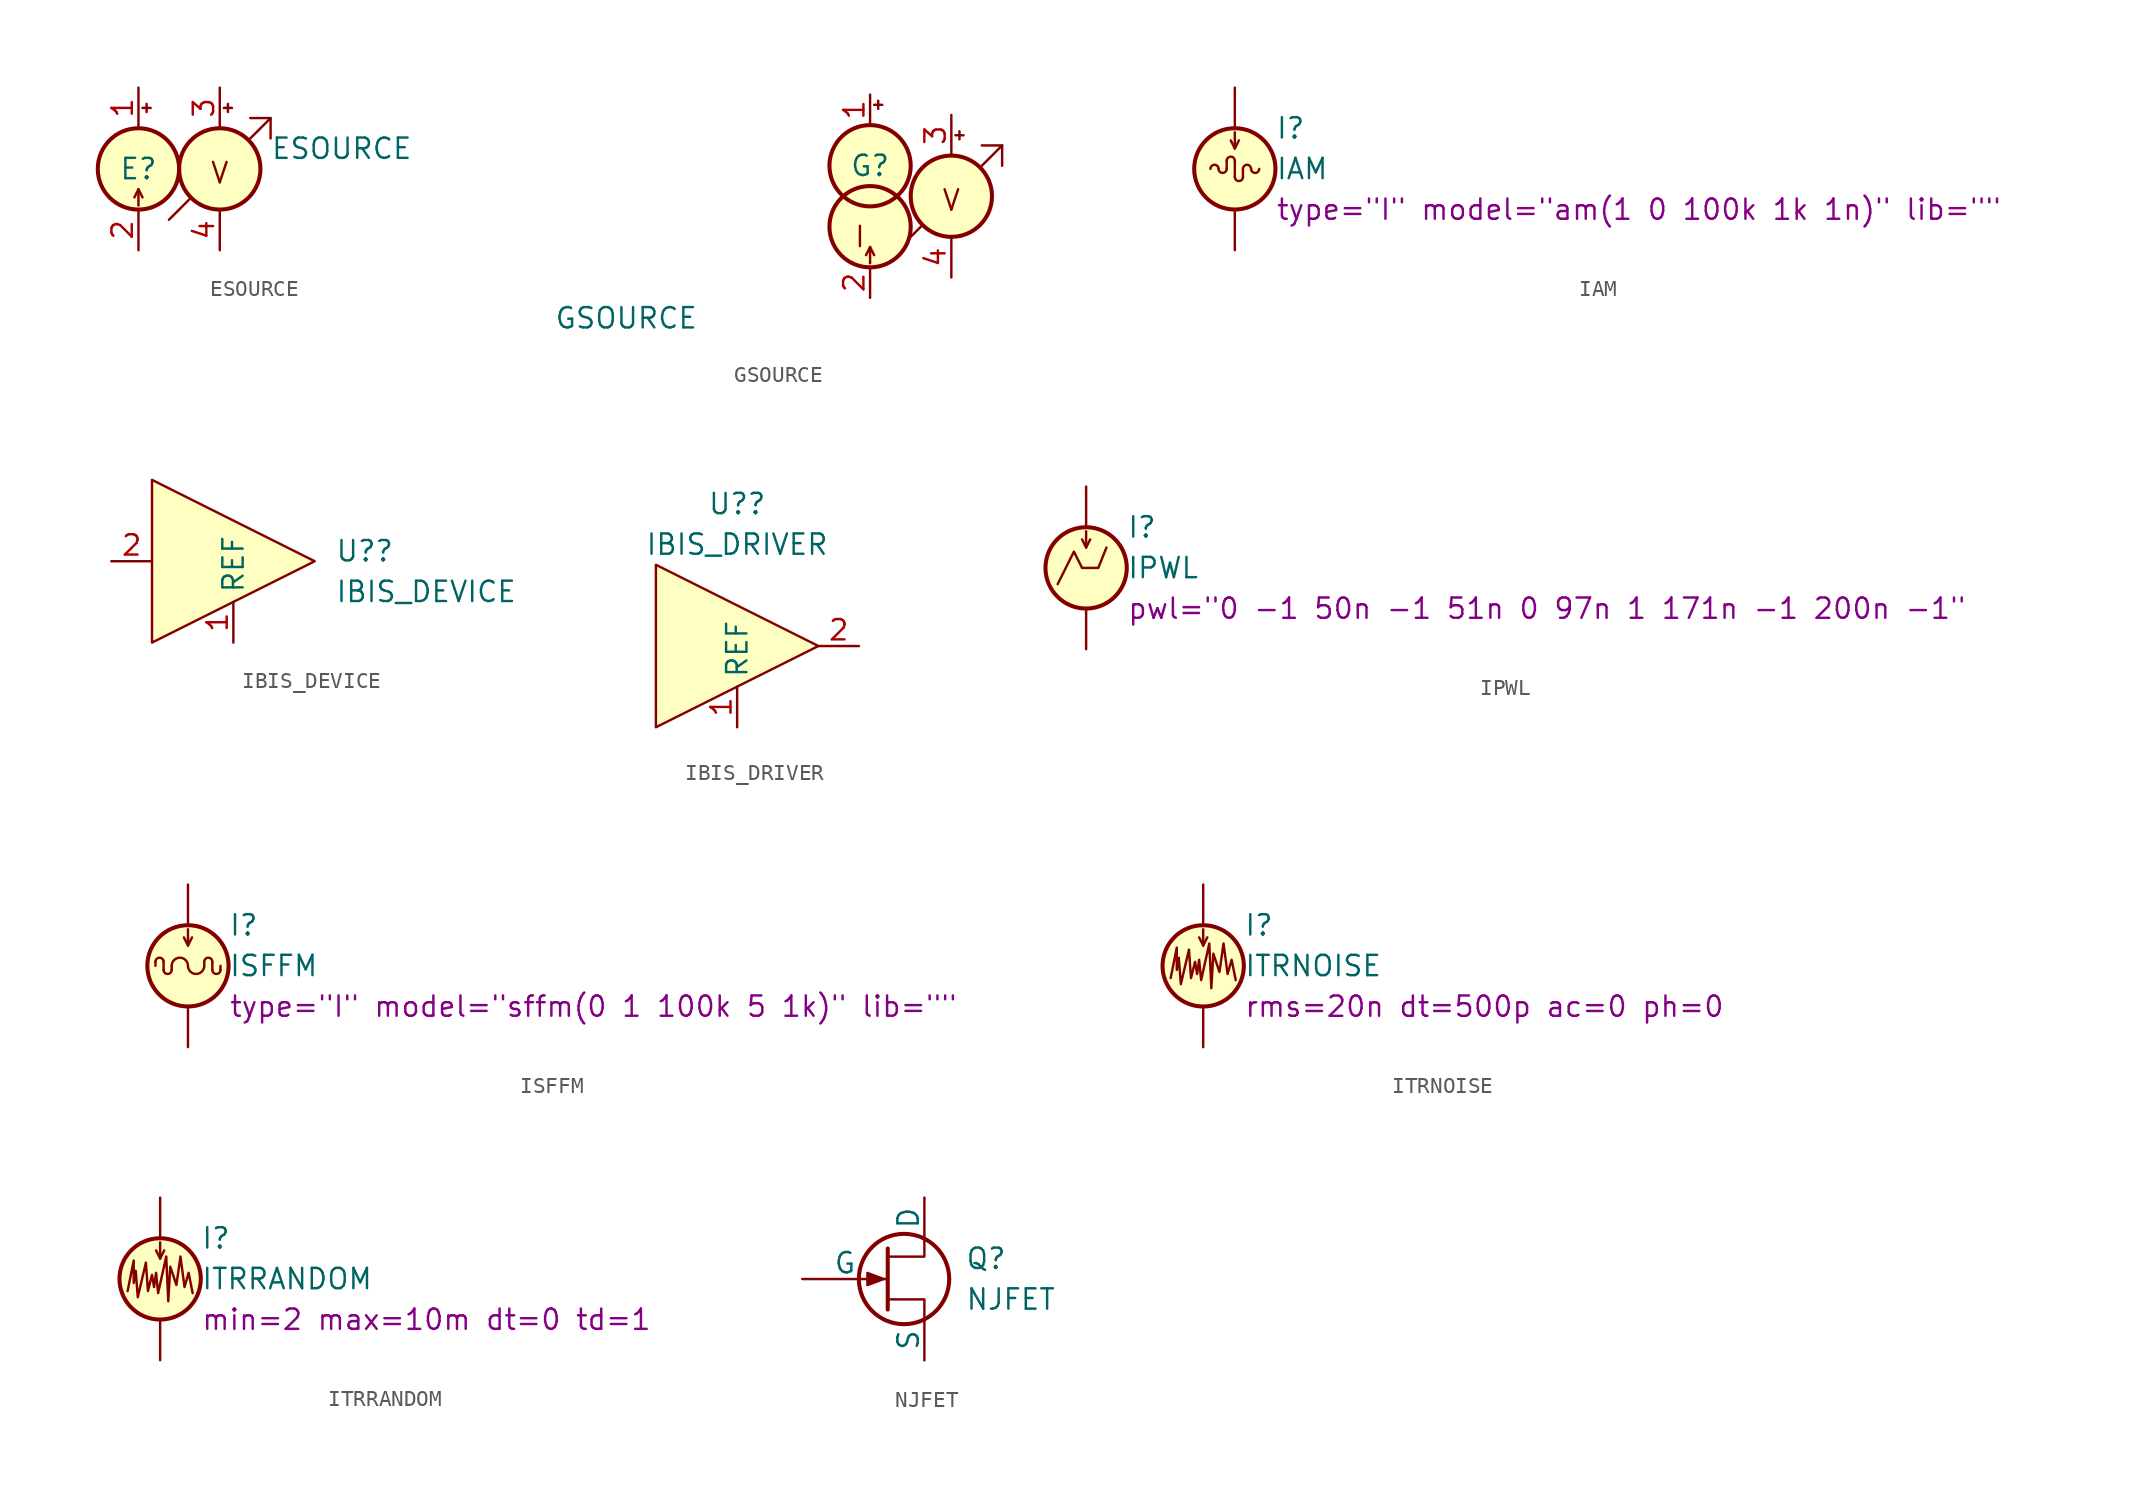
<source format=kicad_sym>
(kicad_symbol_lib
  (version 20220914)
  (generator kicad_symbol_editor)
  (symbol "ESOURCE"
    (pin_names
      (offset 1.016) hide)
    (property "Reference" "E"
      (at 0 0 0)
      (effects (font (size 1.27 1.27))))
    (property "Value" "ESOURCE"
      (at 12.7 1.27 0)
      (effects (font (size 1.27 1.27))))
    (symbol "ESOURCE_0_1"
      (polyline (pts (xy 0 -1.27) (xy 0 -2.286)) (stroke (width 0) (type default)) (fill (type none)))
      (polyline (pts (xy 0.254 -1.778) (xy 0 -1.27) (xy -0.254 -1.778)) (stroke (width 0) (type default)) (fill (type none)))
      (circle (center 0 0) (radius 2.54) (stroke (width 0.254) (type default)) (fill (type background))))
    (symbol "ESOURCE_1_1"
      (polyline (pts (xy 0.254 3.81) (xy 0.762 3.81)) (stroke (width 0) (type default)) (fill (type none)))
      (polyline (pts (xy 0.508 4.064) (xy 0.508 3.556)) (stroke (width 0) (type default)) (fill (type none)))
      (polyline (pts (xy 1.905 -3.175) (xy 3.175 -1.905)) (stroke (width 0) (type default)) (fill (type none)))
      (polyline (pts (xy 5.334 3.81) (xy 5.842 3.81)) (stroke (width 0) (type default)) (fill (type none)))
      (polyline (pts (xy 5.588 4.064) (xy 5.588 3.556)) (stroke (width 0) (type default)) (fill (type none)))
      (polyline (pts (xy 6.985 1.905) (xy 8.255 3.175)) (stroke (width 0) (type default)) (fill (type none)))
      (polyline (pts (xy 6.985 3.175) (xy 8.255 3.175) (xy 8.255 1.905)) (stroke (width 0) (type default)) (fill (type none)))
      (circle (center 5.08 0) (radius 2.54) (stroke (width 0.254) (type default)) (fill (type background)))
      (text "V" (at 5.08 -0.254 0) (effects (font (size 1.27 1.27))))
      (pin input line (at 0 5.08 270) (length 2.54) (name "N+" (effects (font (size 1.27 1.27)))) (number "1" (effects (font (size 1.27 1.27)))))
      (pin input line (at 0 -5.08 90) (length 2.54) (name "N-" (effects (font (size 1.27 1.27)))) (number "2" (effects (font (size 1.27 1.27)))))
      (pin passive line (at 5.08 5.08 270) (length 2.54) (name "C+" (effects (font (size 1.27 1.27)))) (number "3" (effects (font (size 1.27 1.27)))))
      (pin passive line (at 5.08 -5.08 90) (length 2.54) (name "C-" (effects (font (size 1.27 1.27)))) (number "4" (effects (font (size 1.27 1.27)))))))
  (symbol "GSOURCE"
    (pin_names
      (offset 1.016) hide)
    (property "Reference" "G"
      (at 0 1.905 0)
      (effects (font (size 1.27 1.27))))
    (property "Value" "GSOURCE"
      (at -15.24 -7.62 0)
      (effects (font (size 1.27 1.27))))
    (symbol "GSOURCE_0_1"
      (circle (center 0 -1.905) (radius 2.54) (stroke (width 0.254) (type default)) (fill (type background)))
      (polyline (pts (xy 0 -3.175) (xy 0 -4.191)) (stroke (width 0) (type default)) (fill (type none)))
      (polyline (pts (xy 0.254 -3.683) (xy 0 -3.175) (xy -0.254 -3.683)) (stroke (width 0) (type default)) (fill (type none)))
      (circle (center 0 1.905) (radius 2.54) (stroke (width 0.254) (type default)) (fill (type background)))
      (text "I" (at -0.635 -2.54 0) (effects (font (size 1.27 1.27)))))
    (symbol "GSOURCE_1_1"
      (polyline (pts (xy 0.254 5.715) (xy 0.762 5.715)) (stroke (width 0) (type default)) (fill (type none)))
      (polyline (pts (xy 0.508 5.969) (xy 0.508 5.461)) (stroke (width 0) (type default)) (fill (type none)))
      (polyline (pts (xy 2.54 -2.54) (xy 3.175 -1.905)) (stroke (width 0) (type default)) (fill (type none)))
      (polyline (pts (xy 5.334 3.81) (xy 5.842 3.81)) (stroke (width 0) (type default)) (fill (type none)))
      (polyline (pts (xy 5.588 4.064) (xy 5.588 3.556)) (stroke (width 0) (type default)) (fill (type none)))
      (polyline (pts (xy 6.985 1.905) (xy 8.255 3.175)) (stroke (width 0) (type default)) (fill (type none)))
      (polyline (pts (xy 6.985 3.175) (xy 8.255 3.175) (xy 8.255 1.905)) (stroke (width 0) (type default)) (fill (type none)))
      (circle (center 5.08 0) (radius 2.54) (stroke (width 0.254) (type default)) (fill (type background)))
      (text "V" (at 5.08 -0.254 0) (effects (font (size 1.27 1.27))))
      (pin input line (at 0 6.35 270) (length 1.905) (name "N+" (effects (font (size 1.27 1.27)))) (number "1" (effects (font (size 1.27 1.27)))))
      (pin input line (at 0 -6.35 90) (length 1.905) (name "N-" (effects (font (size 1.27 1.27)))) (number "2" (effects (font (size 1.27 1.27)))))
      (pin passive line (at 5.08 5.08 270) (length 2.54) (name "C+" (effects (font (size 1.27 1.27)))) (number "3" (effects (font (size 1.27 1.27)))))
      (pin passive line (at 5.08 -5.08 90) (length 2.54) (name "C-" (effects (font (size 1.27 1.27)))) (number "4" (effects (font (size 1.27 1.27)))))))
  (symbol "IAM"
    (pin_numbers hide)
    (pin_names
      (offset 0.025))
    (property "Reference" "I"
      (at 2.54 2.54 0)
      (effects (font (size 1.27 1.27)) (justify left)))
    (property "Value" "IAM"
      (at 2.54 0 0)
      (effects (font (size 1.27 1.27)) (justify left)))
    (property "Sim.Params" "type=\"I\" model=\"am(1 0 100k 1k 1n)\" lib=\"\""
      (at 2.54 -2.54 0)
      (effects (font (size 1.27 1.27)) (justify left)))
    (symbol "IAM_0_0"
      (arc (start 0 0.508) (mid -0.254 0.7609) (end -0.508 0.508) (stroke (width 0) (type default)) (fill (type none))))
    (symbol "IAM_0_1"
      (arc (start -1.016 0) (mid -1.27 0.2529) (end -1.524 0) (stroke (width 0) (type default)) (fill (type none)))
      (arc (start -1.016 0) (mid -0.762 -0.2529) (end -0.508 0) (stroke (width 0) (type default)) (fill (type none)))
      (arc (start 0 -0.508) (mid 0.254 -0.7609) (end 0.508 -0.508) (stroke (width 0) (type default)) (fill (type none)))
      (polyline (pts (xy -0.508 0.508) (xy -0.508 0)) (stroke (width 0) (type default)) (fill (type none)))
      (polyline (pts (xy 0 0.508) (xy 0 -0.508)) (stroke (width 0) (type default)) (fill (type none)))
      (polyline (pts (xy 0 1.27) (xy 0 2.286)) (stroke (width 0) (type default)) (fill (type none)))
      (polyline (pts (xy 0.508 -0.508) (xy 0.508 0)) (stroke (width 0) (type default)) (fill (type none)))
      (polyline (pts (xy -0.254 1.778) (xy 0 1.27) (xy 0.254 1.778)) (stroke (width 0) (type default)) (fill (type none)))
      (circle (center 0 0) (radius 2.54) (stroke (width 0.254) (type default)) (fill (type background)))
      (arc (start 1.016 0) (mid 0.762 0.2529) (end 0.508 0) (stroke (width 0) (type default)) (fill (type none)))
      (arc (start 1.016 0) (mid 1.27 -0.2529) (end 1.524 0) (stroke (width 0) (type default)) (fill (type none))))
    (symbol "IAM_1_1"
      (pin passive line (at 0 5.08 270) (length 2.54) (name "~" (effects (font (size 1.27 1.27)))) (number "1" (effects (font (size 1.27 1.27)))))
      (pin passive line (at 0 -5.08 90) (length 2.54) (name "~" (effects (font (size 1.27 1.27)))) (number "2" (effects (font (size 1.27 1.27)))))))
  (symbol "IBIS_DEVICE"
    (property "Reference" "U?"
      (at 6.35 0.635 0)
      (effects (font (size 1.27 1.27)) (justify left)))
    (property "Value" "IBIS_DEVICE"
      (at 6.35 -1.905 0)
      (effects (font (size 1.27 1.27)) (justify left)))
    (symbol "IBIS_DEVICE_0_1"
      (polyline (pts (xy 5.08 0) (xy -5.08 5.08) (xy -5.08 -5.08) (xy 5.08 0)) (stroke (width 0) (type default)) (fill (type background))))
    (symbol "IBIS_DEVICE_1_1"
      (pin power_in line (at 0 -5.08 90) (length 2.54) (name "REF" (effects (font (size 1.27 1.27)))) (number "1" (effects (font (size 1.27 1.27)))))
      (pin input line (at -7.62 0 0) (length 2.54) (name "" (effects (font (size 1.27 1.27)))) (number "2" (effects (font (size 1.27 1.27)))))))
  (symbol "IBIS_DRIVER"
    (property "Reference" "U?"
      (at 0 8.89 0)
      (effects (font (size 1.27 1.27))))
    (property "Value" "IBIS_DRIVER"
      (at 0 6.35 0)
      (effects (font (size 1.27 1.27))))
    (symbol "IBIS_DRIVER_0_1"
      (polyline (pts (xy 5.08 0) (xy -5.08 5.08) (xy -5.08 -5.08) (xy 5.08 0)) (stroke (width 0) (type default)) (fill (type background))))
    (symbol "IBIS_DRIVER_1_1"
      (pin power_in line (at 0 -5.08 90) (length 2.54) (name "REF" (effects (font (size 1.27 1.27)))) (number "1" (effects (font (size 1.27 1.27)))))
      (pin bidirectional line (at 7.62 0 180) (length 2.54) (name "" (effects (font (size 1.27 1.27)))) (number "2" (effects (font (size 1.27 1.27)))))))
  (symbol "IPWL"
    (pin_numbers hide)
    (pin_names
      (offset 0.025))
    (property "Reference" "I"
      (at 2.54 2.54 0)
      (effects (font (size 1.27 1.27)) (justify left)))
    (property "Value" "IPWL"
      (at 2.54 0 0)
      (effects (font (size 1.27 1.27)) (justify left)))
    (property "Sim.Params" "pwl=\"0 -1 50n -1 51n 0 97n 1 171n -1 200n -1\""
      (at 2.54 -2.54 0)
      (effects (font (size 1.27 1.27)) (justify left)))
    (symbol "IPWL_0_0"
      (polyline (pts (xy -1.778 -1.016) (xy -0.762 1.016) (xy -0.254 0) (xy 0.762 0) (xy 1.27 1.27)) (stroke (width 0) (type default)) (fill (type none))))
    (symbol "IPWL_0_1"
      (polyline (pts (xy 0 1.27) (xy 0 2.286)) (stroke (width 0) (type default)) (fill (type none)))
      (polyline (pts (xy -0.254 1.778) (xy 0 1.27) (xy 0.254 1.778)) (stroke (width 0) (type default)) (fill (type none)))
      (circle (center 0 0) (radius 2.54) (stroke (width 0.254) (type default)) (fill (type background))))
    (symbol "IPWL_1_1"
      (pin passive line (at 0 5.08 270) (length 2.54) (name "~" (effects (font (size 1.27 1.27)))) (number "1" (effects (font (size 1.27 1.27)))))
      (pin passive line (at 0 -5.08 90) (length 2.54) (name "~" (effects (font (size 1.27 1.27)))) (number "2" (effects (font (size 1.27 1.27)))))))
  (symbol "ISFFM"
    (pin_numbers hide)
    (pin_names
      (offset 0.025))
    (property "Reference" "I"
      (at 2.54 2.54 0)
      (effects (font (size 1.27 1.27)) (justify left)))
    (property "Value" "ISFFM"
      (at 2.54 0 0)
      (effects (font (size 1.27 1.27)) (justify left)))
    (property "Sim.Params" "type=\"I\" model=\"sffm(0 1 100k 5 1k)\" lib=\"\""
      (at 2.54 -2.54 0)
      (effects (font (size 1.27 1.27)) (justify left)))
    (symbol "ISFFM_0_1"
      (arc (start -1.524 -0.254) (mid -1.27 -0.5069) (end -1.016 -0.254) (stroke (width 0) (type default)) (fill (type none)))
      (arc (start -1.524 0.254) (mid -1.778 0.5069) (end -2.032 0.254) (stroke (width 0) (type default)) (fill (type none)))
      (arc (start 0 0) (mid -0.508 0.5058) (end -1.016 0) (stroke (width 0) (type default)) (fill (type none)))
      (polyline (pts (xy -2.032 0.254) (xy -2.032 0)) (stroke (width 0) (type default)) (fill (type none)))
      (polyline (pts (xy -1.524 -0.254) (xy -1.524 0.254)) (stroke (width 0) (type default)) (fill (type none)))
      (polyline (pts (xy -1.016 0) (xy -1.016 -0.254)) (stroke (width 0) (type default)) (fill (type none)))
      (polyline (pts (xy 0 1.27) (xy 0 2.286)) (stroke (width 0) (type default)) (fill (type none)))
      (polyline (pts (xy 1.016 0.254) (xy 1.016 0)) (stroke (width 0) (type default)) (fill (type none)))
      (polyline (pts (xy 1.524 0.254) (xy 1.524 -0.254)) (stroke (width 0) (type default)) (fill (type none)))
      (polyline (pts (xy 2.032 -0.254) (xy 2.032 0)) (stroke (width 0) (type default)) (fill (type none)))
      (polyline (pts (xy -0.254 1.778) (xy 0 1.27) (xy 0.254 1.778)) (stroke (width 0) (type default)) (fill (type none)))
      (arc (start 0 0) (mid 0.508 -0.5058) (end 1.016 0) (stroke (width 0) (type default)) (fill (type none)))
      (circle (center 0 0) (radius 2.54) (stroke (width 0.254) (type default)) (fill (type background)))
      (arc (start 1.524 -0.254) (mid 1.778 -0.5069) (end 2.032 -0.254) (stroke (width 0) (type default)) (fill (type none)))
      (arc (start 1.524 0.254) (mid 1.27 0.5069) (end 1.016 0.254) (stroke (width 0) (type default)) (fill (type none))))
    (symbol "ISFFM_1_1"
      (pin passive line (at 0 5.08 270) (length 2.54) (name "~" (effects (font (size 1.27 1.27)))) (number "1" (effects (font (size 1.27 1.27)))))
      (pin passive line (at 0 -5.08 90) (length 2.54) (name "~" (effects (font (size 1.27 1.27)))) (number "2" (effects (font (size 1.27 1.27)))))))
  (symbol "ITRNOISE"
    (pin_numbers hide)
    (pin_names
      (offset 0.025))
    (property "Reference" "I"
      (at 2.54 2.54 0)
      (effects (font (size 1.27 1.27)) (justify left)))
    (property "Value" "ITRNOISE"
      (at 2.54 0 0)
      (effects (font (size 1.27 1.27)) (justify left)))
    (property "Sim.Params" "rms=20n dt=500p ac=0 ph=0"
      (at 2.54 -2.54 0)
      (effects (font (size 1.27 1.27)) (justify left)))
    (symbol "ITRNOISE_0_1"
      (polyline (pts (xy 0 1.27) (xy 0 2.286)) (stroke (width 0) (type default)) (fill (type none)))
      (polyline (pts (xy -0.254 1.778) (xy 0 1.27) (xy 0.254 1.778)) (stroke (width 0) (type default)) (fill (type none)))
      (polyline (pts (xy -2.032 -0.762) (xy -1.651 1.143) (xy -1.651 -0.254) (xy -1.524 0.508) (xy -1.397 -1.143) (xy -0.889 1.016) (xy -0.762 -0.762) (xy -0.508 0.254) (xy -0.381 -0.508) (xy -0.254 0.381) (xy -0.127 -0.889) (xy 0.381 1.397) (xy 0.508 -1.397) (xy 0.635 0.762) (xy 1.016 -0.381) (xy 1.27 1.397) (xy 1.524 -0.508) (xy 1.778 0.381) (xy 2.032 -0.889)) (stroke (width 0) (type default)) (fill (type none)))
      (circle (center 0 0) (radius 2.54) (stroke (width 0.254) (type default)) (fill (type background))))
    (symbol "ITRNOISE_1_1"
      (pin passive line (at 0 5.08 270) (length 2.54) (name "~" (effects (font (size 1.27 1.27)))) (number "1" (effects (font (size 1.27 1.27)))))
      (pin passive line (at 0 -5.08 90) (length 2.54) (name "~" (effects (font (size 1.27 1.27)))) (number "2" (effects (font (size 1.27 1.27)))))))
  (symbol "ITRRANDOM"
    (pin_numbers hide)
    (pin_names
      (offset 0.025))
    (property "Reference" "I"
      (at 2.54 2.54 0)
      (effects (font (size 1.27 1.27)) (justify left)))
    (property "Value" "ITRRANDOM"
      (at 2.54 0 0)
      (effects (font (size 1.27 1.27)) (justify left)))
    (property "Sim.Params" "min=2 max=10m dt=0 td=1"
      (at 2.54 -2.54 0)
      (effects (font (size 1.27 1.27)) (justify left)))
    (symbol "ITRRANDOM_0_1"
      (polyline (pts (xy 0 1.27) (xy 0 2.286)) (stroke (width 0) (type default)) (fill (type none)))
      (polyline (pts (xy -0.254 1.778) (xy 0 1.27) (xy 0.254 1.778)) (stroke (width 0) (type default)) (fill (type none)))
      (polyline (pts (xy -2.032 -0.762) (xy -1.651 1.143) (xy -1.651 -0.254) (xy -1.524 0.508) (xy -1.397 -1.143) (xy -0.889 1.016) (xy -0.762 -0.762) (xy -0.508 0.254) (xy -0.381 -0.508) (xy -0.254 0.381) (xy -0.127 -0.889) (xy 0.381 1.397) (xy 0.508 -1.397) (xy 0.635 0.762) (xy 1.016 -0.381) (xy 1.27 1.397) (xy 1.524 -0.508) (xy 1.778 0.381) (xy 2.032 -0.889)) (stroke (width 0) (type default)) (fill (type none)))
      (circle (center 0 0) (radius 2.54) (stroke (width 0.254) (type default)) (fill (type background))))
    (symbol "ITRRANDOM_1_1"
      (pin passive line (at 0 5.08 270) (length 2.54) (name "~" (effects (font (size 1.27 1.27)))) (number "1" (effects (font (size 1.27 1.27)))))
      (pin passive line (at 0 -5.08 90) (length 2.54) (name "~" (effects (font (size 1.27 1.27)))) (number "2" (effects (font (size 1.27 1.27)))))))
  (symbol "NJFET"
    (pin_numbers hide)
    (pin_names
      (offset 0))
    (property "Reference" "Q"
      (at 5.08 1.27 0)
      (effects (font (size 1.27 1.27)) (justify left)))
    (property "Value" "NJFET"
      (at 5.08 -1.27 0)
      (effects (font (size 1.27 1.27)) (justify left)))
    (symbol "NJFET_0_1"
      (polyline (pts (xy 0.254 1.905) (xy 0.254 -1.905) (xy 0.254 -1.905)) (stroke (width 0.254) (type default)) (fill (type none)))
      (polyline (pts (xy 2.54 -2.54) (xy 2.54 -1.27) (xy 0.254 -1.27)) (stroke (width 0) (type default)) (fill (type none)))
      (polyline (pts (xy 2.54 2.54) (xy 2.54 1.397) (xy 0.254 1.397)) (stroke (width 0) (type default)) (fill (type none)))
      (polyline (pts (xy 0 0) (xy -1.016 0.381) (xy -1.016 -0.381) (xy 0 0)) (stroke (width 0) (type default)) (fill (type outline)))
      (circle (center 1.27 0) (radius 2.819) (stroke (width 0.254) (type default)) (fill (type none))))
    (symbol "NJFET_1_1"
      (pin passive line (at 2.54 5.08 270) (length 2.54) (name "D" (effects (font (size 1.27 1.27)))) (number "1" (effects (font (size 1.27 1.27)))))
      (pin input line (at -5.08 0 0) (length 5.334) (name "G" (effects (font (size 1.27 1.27)))) (number "2" (effects (font (size 1.27 1.27)))))
      (pin passive line (at 2.54 -5.08 90) (length 2.54) (name "S" (effects (font (size 1.27 1.27)))) (number "3" (effects (font (size 1.27 1.27))))))))
</source>
